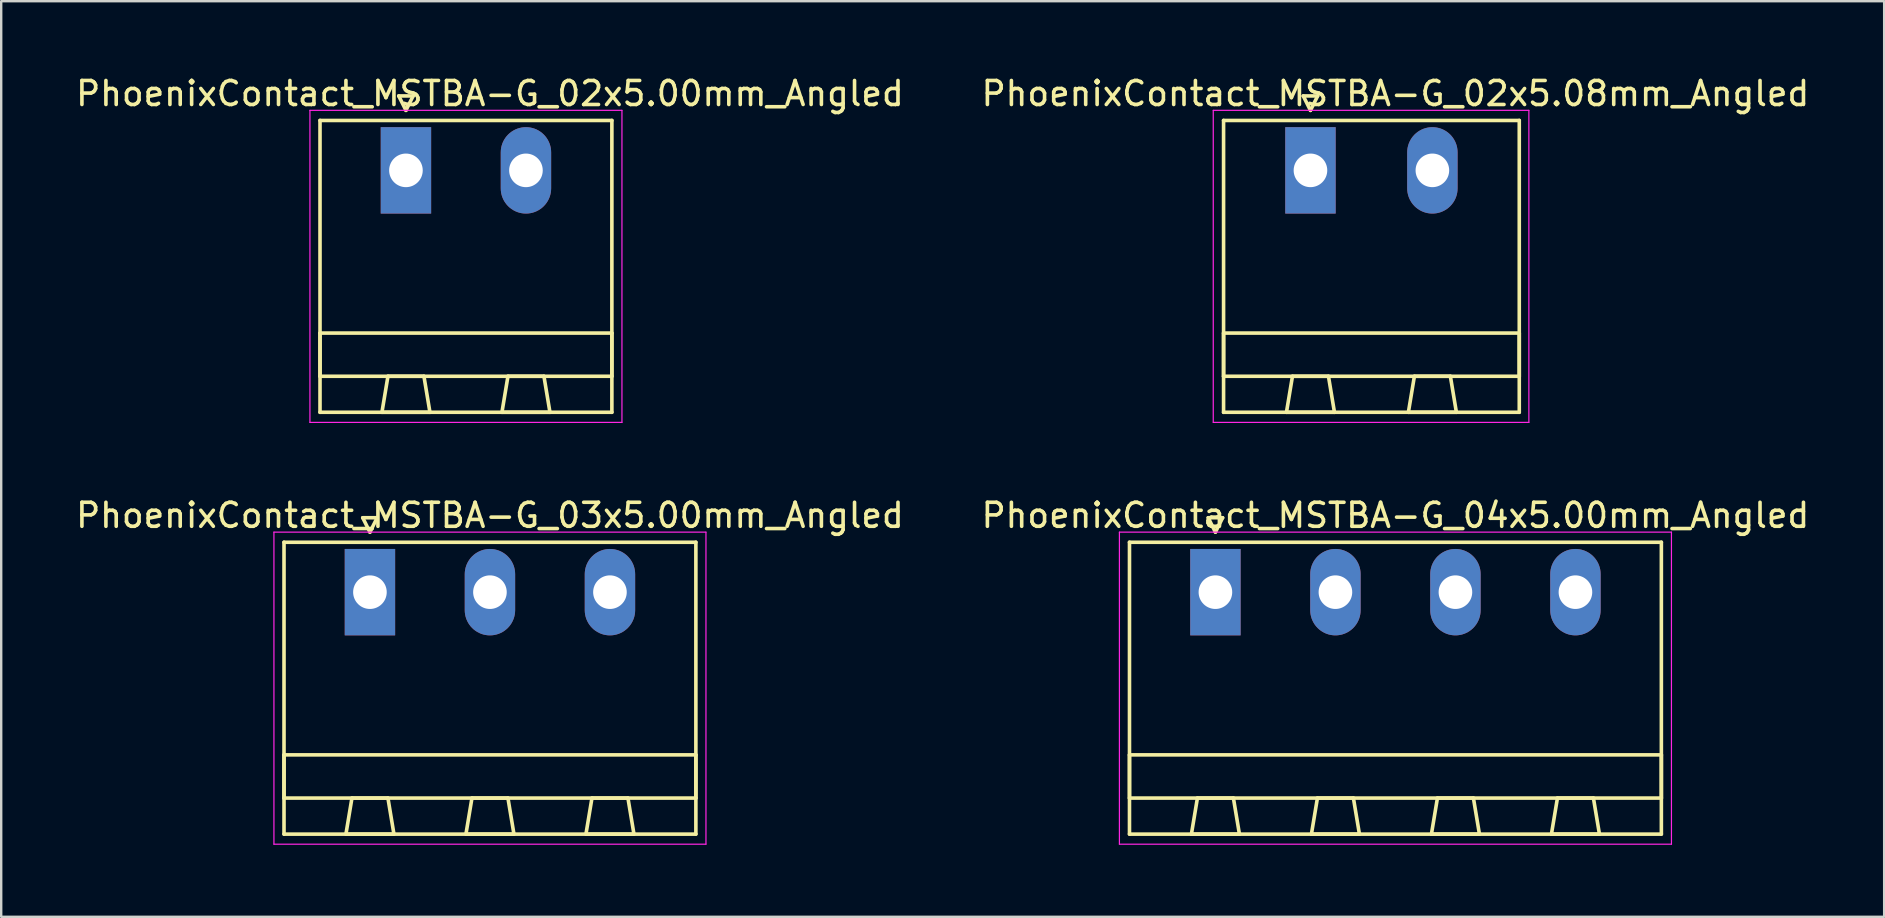
<source format=kicad_pcb>
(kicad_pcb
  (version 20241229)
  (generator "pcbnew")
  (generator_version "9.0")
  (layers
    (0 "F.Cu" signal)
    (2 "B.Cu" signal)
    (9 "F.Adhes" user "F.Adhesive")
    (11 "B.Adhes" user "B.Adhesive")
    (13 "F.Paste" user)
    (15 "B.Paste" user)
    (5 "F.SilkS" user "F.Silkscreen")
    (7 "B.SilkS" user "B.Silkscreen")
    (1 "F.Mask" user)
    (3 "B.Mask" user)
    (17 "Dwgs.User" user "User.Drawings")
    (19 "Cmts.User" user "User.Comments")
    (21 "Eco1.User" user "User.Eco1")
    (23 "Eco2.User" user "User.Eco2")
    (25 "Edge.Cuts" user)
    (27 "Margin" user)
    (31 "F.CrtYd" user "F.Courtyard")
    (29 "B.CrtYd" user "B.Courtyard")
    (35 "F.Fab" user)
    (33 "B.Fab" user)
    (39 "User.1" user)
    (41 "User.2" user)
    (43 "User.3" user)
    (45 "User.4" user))
  (footprint "PhoenixContact_MSTBA-G_04x5.00mm_Angled"
    (layer "F.Cu")
    (at 47.589 21.622)
    (property "Reference" "PhoenixContact_MSTBA-G_04x5.00mm_Angled" (at 7.5 -3.2 0) (layer "F.SilkS") (effects (font (size 1 1) (thickness 0.15))))
    (attr through_hole)
    (fp_line (start -3.58 -2.08) (end -3.58 10.08) (stroke (width 0.15) (type solid)) (layer "F.SilkS"))
    (fp_line (start -3.58 6.78) (end 18.58 6.78) (stroke (width 0.15) (type solid)) (layer "F.SilkS"))
    (fp_line (start -3.58 8.58) (end -3.58 6.78) (stroke (width 0.15) (type solid)) (layer "F.SilkS"))
    (fp_line (start -3.58 10.08) (end 18.58 10.08) (stroke (width 0.15) (type solid)) (layer "F.SilkS"))
    (fp_line (start -1 10.08) (end 1 10.08) (stroke (width 0.15) (type solid)) (layer "F.SilkS"))
    (fp_line (start -0.75 8.58) (end -1 10.08) (stroke (width 0.15) (type solid)) (layer "F.SilkS"))
    (fp_line (start -0.3 -3.1) (end 0 -2.5) (stroke (width 0.15) (type solid)) (layer "F.SilkS"))
    (fp_line (start 0 -2.5) (end 0.3 -3.1) (stroke (width 0.15) (type solid)) (layer "F.SilkS"))
    (fp_line (start 0.3 -3.1) (end -0.3 -3.1) (stroke (width 0.15) (type solid)) (layer "F.SilkS"))
    (fp_line (start 0.75 8.58) (end -0.75 8.58) (stroke (width 0.15) (type solid)) (layer "F.SilkS"))
    (fp_line (start 1 10.08) (end 0.75 8.58) (stroke (width 0.15) (type solid)) (layer "F.SilkS"))
    (fp_line (start 4 10.08) (end 6 10.08) (stroke (width 0.15) (type solid)) (layer "F.SilkS"))
    (fp_line (start 4.25 8.58) (end 4 10.08) (stroke (width 0.15) (type solid)) (layer "F.SilkS"))
    (fp_line (start 5.75 8.58) (end 4.25 8.58) (stroke (width 0.15) (type solid)) (layer "F.SilkS"))
    (fp_line (start 6 10.08) (end 5.75 8.58) (stroke (width 0.15) (type solid)) (layer "F.SilkS"))
    (fp_line (start 9 10.08) (end 11 10.08) (stroke (width 0.15) (type solid)) (layer "F.SilkS"))
    (fp_line (start 9.25 8.58) (end 9 10.08) (stroke (width 0.15) (type solid)) (layer "F.SilkS"))
    (fp_line (start 10.75 8.58) (end 9.25 8.58) (stroke (width 0.15) (type solid)) (layer "F.SilkS"))
    (fp_line (start 11 10.08) (end 10.75 8.58) (stroke (width 0.15) (type solid)) (layer "F.SilkS"))
    (fp_line (start 14 10.08) (end 16 10.08) (stroke (width 0.15) (type solid)) (layer "F.SilkS"))
    (fp_line (start 14.25 8.58) (end 14 10.08) (stroke (width 0.15) (type solid)) (layer "F.SilkS"))
    (fp_line (start 15.75 8.58) (end 14.25 8.58) (stroke (width 0.15) (type solid)) (layer "F.SilkS"))
    (fp_line (start 16 10.08) (end 15.75 8.58) (stroke (width 0.15) (type solid)) (layer "F.SilkS"))
    (fp_line (start 18.58 -2.08) (end -3.58 -2.08) (stroke (width 0.15) (type solid)) (layer "F.SilkS"))
    (fp_line (start 18.58 6.78) (end 18.58 8.58) (stroke (width 0.15) (type solid)) (layer "F.SilkS"))
    (fp_line (start 18.58 8.58) (end -3.58 8.58) (stroke (width 0.15) (type solid)) (layer "F.SilkS"))
    (fp_line (start 18.58 10.08) (end 18.58 -2.08) (stroke (width 0.15) (type solid)) (layer "F.SilkS"))
    (fp_line (start -4 -2.5) (end -4 10.5) (stroke (width 0.05) (type solid)) (layer "F.CrtYd"))
    (fp_line (start -4 10.5) (end 19 10.5) (stroke (width 0.05) (type solid)) (layer "F.CrtYd"))
    (fp_line (start 19 -2.5) (end -4 -2.5) (stroke (width 0.05) (type solid)) (layer "F.CrtYd"))
    (fp_line (start 19 10.5) (end 19 -2.5) (stroke (width 0.05) (type solid)) (layer "F.CrtYd"))
    (pad "1" thru_hole rect (at 0 0) (size 2.1 3.6) (drill 1.4) (layers "*.Cu" "*.Mask"))
    (pad "2" thru_hole oval (at 5 0) (size 2.1 3.6) (drill 1.4) (layers "*.Cu" "*.Mask"))
    (pad "3" thru_hole oval (at 10 0) (size 2.1 3.6) (drill 1.4) (layers "*.Cu" "*.Mask"))
    (pad "4" thru_hole oval (at 15 0) (size 2.1 3.6) (drill 1.4) (layers "*.Cu" "*.Mask")))
  (footprint "PhoenixContact_MSTBA-G_03x5.00mm_Angled"
    (layer "F.Cu")
    (at 12.363 21.622)
    (property "Reference" "PhoenixContact_MSTBA-G_03x5.00mm_Angled" (at 5 -3.2 0) (layer "F.SilkS") (effects (font (size 1 1) (thickness 0.15))))
    (attr through_hole)
    (fp_line (start -3.58 -2.08) (end -3.58 10.08) (stroke (width 0.15) (type solid)) (layer "F.SilkS"))
    (fp_line (start -3.58 6.78) (end 13.58 6.78) (stroke (width 0.15) (type solid)) (layer "F.SilkS"))
    (fp_line (start -3.58 8.58) (end -3.58 6.78) (stroke (width 0.15) (type solid)) (layer "F.SilkS"))
    (fp_line (start -3.58 10.08) (end 13.58 10.08) (stroke (width 0.15) (type solid)) (layer "F.SilkS"))
    (fp_line (start -1 10.08) (end 1 10.08) (stroke (width 0.15) (type solid)) (layer "F.SilkS"))
    (fp_line (start -0.75 8.58) (end -1 10.08) (stroke (width 0.15) (type solid)) (layer "F.SilkS"))
    (fp_line (start -0.3 -3.1) (end 0 -2.5) (stroke (width 0.15) (type solid)) (layer "F.SilkS"))
    (fp_line (start 0 -2.5) (end 0.3 -3.1) (stroke (width 0.15) (type solid)) (layer "F.SilkS"))
    (fp_line (start 0.3 -3.1) (end -0.3 -3.1) (stroke (width 0.15) (type solid)) (layer "F.SilkS"))
    (fp_line (start 0.75 8.58) (end -0.75 8.58) (stroke (width 0.15) (type solid)) (layer "F.SilkS"))
    (fp_line (start 1 10.08) (end 0.75 8.58) (stroke (width 0.15) (type solid)) (layer "F.SilkS"))
    (fp_line (start 4 10.08) (end 6 10.08) (stroke (width 0.15) (type solid)) (layer "F.SilkS"))
    (fp_line (start 4.25 8.58) (end 4 10.08) (stroke (width 0.15) (type solid)) (layer "F.SilkS"))
    (fp_line (start 5.75 8.58) (end 4.25 8.58) (stroke (width 0.15) (type solid)) (layer "F.SilkS"))
    (fp_line (start 6 10.08) (end 5.75 8.58) (stroke (width 0.15) (type solid)) (layer "F.SilkS"))
    (fp_line (start 9 10.08) (end 11 10.08) (stroke (width 0.15) (type solid)) (layer "F.SilkS"))
    (fp_line (start 9.25 8.58) (end 9 10.08) (stroke (width 0.15) (type solid)) (layer "F.SilkS"))
    (fp_line (start 10.75 8.58) (end 9.25 8.58) (stroke (width 0.15) (type solid)) (layer "F.SilkS"))
    (fp_line (start 11 10.08) (end 10.75 8.58) (stroke (width 0.15) (type solid)) (layer "F.SilkS"))
    (fp_line (start 13.58 -2.08) (end -3.58 -2.08) (stroke (width 0.15) (type solid)) (layer "F.SilkS"))
    (fp_line (start 13.58 6.78) (end 13.58 8.58) (stroke (width 0.15) (type solid)) (layer "F.SilkS"))
    (fp_line (start 13.58 8.58) (end -3.58 8.58) (stroke (width 0.15) (type solid)) (layer "F.SilkS"))
    (fp_line (start 13.58 10.08) (end 13.58 -2.08) (stroke (width 0.15) (type solid)) (layer "F.SilkS"))
    (fp_line (start -4 -2.5) (end -4 10.5) (stroke (width 0.05) (type solid)) (layer "F.CrtYd"))
    (fp_line (start -4 10.5) (end 14 10.5) (stroke (width 0.05) (type solid)) (layer "F.CrtYd"))
    (fp_line (start 14 -2.5) (end -4 -2.5) (stroke (width 0.05) (type solid)) (layer "F.CrtYd"))
    (fp_line (start 14 10.5) (end 14 -2.5) (stroke (width 0.05) (type solid)) (layer "F.CrtYd"))
    (pad "1" thru_hole rect (at 0 0) (size 2.1 3.6) (drill 1.4) (layers "*.Cu" "*.Mask"))
    (pad "2" thru_hole oval (at 5 0) (size 2.1 3.6) (drill 1.4) (layers "*.Cu" "*.Mask"))
    (pad "3" thru_hole oval (at 10 0) (size 2.1 3.6) (drill 1.4) (layers "*.Cu" "*.Mask")))
  (footprint "PhoenixContact_MSTBA-G_02x5.08mm_Angled"
    (layer "F.Cu")
    (at 51.549 4.048)
    (property "Reference" "PhoenixContact_MSTBA-G_02x5.08mm_Angled" (at 3.54 -3.2 0) (layer "F.SilkS") (effects (font (size 1 1) (thickness 0.15))))
    (attr through_hole)
    (fp_line (start -3.62 -2.08) (end -3.62 10.08) (stroke (width 0.15) (type solid)) (layer "F.SilkS"))
    (fp_line (start -3.62 6.78) (end 8.7 6.78) (stroke (width 0.15) (type solid)) (layer "F.SilkS"))
    (fp_line (start -3.62 8.58) (end -3.62 6.78) (stroke (width 0.15) (type solid)) (layer "F.SilkS"))
    (fp_line (start -3.62 10.08) (end 8.7 10.08) (stroke (width 0.15) (type solid)) (layer "F.SilkS"))
    (fp_line (start -1 10.08) (end 1 10.08) (stroke (width 0.15) (type solid)) (layer "F.SilkS"))
    (fp_line (start -0.75 8.58) (end -1 10.08) (stroke (width 0.15) (type solid)) (layer "F.SilkS"))
    (fp_line (start -0.3 -3.1) (end 0 -2.5) (stroke (width 0.15) (type solid)) (layer "F.SilkS"))
    (fp_line (start 0 -2.5) (end 0.3 -3.1) (stroke (width 0.15) (type solid)) (layer "F.SilkS"))
    (fp_line (start 0.3 -3.1) (end -0.3 -3.1) (stroke (width 0.15) (type solid)) (layer "F.SilkS"))
    (fp_line (start 0.75 8.58) (end -0.75 8.58) (stroke (width 0.15) (type solid)) (layer "F.SilkS"))
    (fp_line (start 1 10.08) (end 0.75 8.58) (stroke (width 0.15) (type solid)) (layer "F.SilkS"))
    (fp_line (start 4.08 10.08) (end 6.08 10.08) (stroke (width 0.15) (type solid)) (layer "F.SilkS"))
    (fp_line (start 4.33 8.58) (end 4.08 10.08) (stroke (width 0.15) (type solid)) (layer "F.SilkS"))
    (fp_line (start 5.83 8.58) (end 4.33 8.58) (stroke (width 0.15) (type solid)) (layer "F.SilkS"))
    (fp_line (start 6.08 10.08) (end 5.83 8.58) (stroke (width 0.15) (type solid)) (layer "F.SilkS"))
    (fp_line (start 8.7 -2.08) (end -3.62 -2.08) (stroke (width 0.15) (type solid)) (layer "F.SilkS"))
    (fp_line (start 8.7 6.78) (end 8.7 8.58) (stroke (width 0.15) (type solid)) (layer "F.SilkS"))
    (fp_line (start 8.7 8.58) (end -3.62 8.58) (stroke (width 0.15) (type solid)) (layer "F.SilkS"))
    (fp_line (start 8.7 10.08) (end 8.7 -2.08) (stroke (width 0.15) (type solid)) (layer "F.SilkS"))
    (fp_line (start -4.05 -2.5) (end -4.05 10.5) (stroke (width 0.05) (type solid)) (layer "F.CrtYd"))
    (fp_line (start -4.05 10.5) (end 9.1 10.5) (stroke (width 0.05) (type solid)) (layer "F.CrtYd"))
    (fp_line (start 9.1 -2.5) (end -4.05 -2.5) (stroke (width 0.05) (type solid)) (layer "F.CrtYd"))
    (fp_line (start 9.1 10.5) (end 9.1 -2.5) (stroke (width 0.05) (type solid)) (layer "F.CrtYd"))
    (pad "1" thru_hole rect (at 0 0) (size 2.1 3.6) (drill 1.4) (layers "*.Cu" "*.Mask"))
    (pad "2" thru_hole oval (at 5.08 0) (size 2.1 3.6) (drill 1.4) (layers "*.Cu" "*.Mask")))
  (footprint "PhoenixContact_MSTBA-G_02x5.00mm_Angled"
    (layer "F.Cu")
    (at 13.863 4.048)
    (property "Reference" "PhoenixContact_MSTBA-G_02x5.00mm_Angled" (at 3.5 -3.2 0) (layer "F.SilkS") (effects (font (size 1 1) (thickness 0.15))))
    (attr through_hole)
    (fp_line (start -3.58 -2.08) (end -3.58 10.08) (stroke (width 0.15) (type solid)) (layer "F.SilkS"))
    (fp_line (start -3.58 6.78) (end 8.58 6.78) (stroke (width 0.15) (type solid)) (layer "F.SilkS"))
    (fp_line (start -3.58 8.58) (end -3.58 6.78) (stroke (width 0.15) (type solid)) (layer "F.SilkS"))
    (fp_line (start -3.58 10.08) (end 8.58 10.08) (stroke (width 0.15) (type solid)) (layer "F.SilkS"))
    (fp_line (start -1 10.08) (end 1 10.08) (stroke (width 0.15) (type solid)) (layer "F.SilkS"))
    (fp_line (start -0.75 8.58) (end -1 10.08) (stroke (width 0.15) (type solid)) (layer "F.SilkS"))
    (fp_line (start -0.3 -3.1) (end 0 -2.5) (stroke (width 0.15) (type solid)) (layer "F.SilkS"))
    (fp_line (start 0 -2.5) (end 0.3 -3.1) (stroke (width 0.15) (type solid)) (layer "F.SilkS"))
    (fp_line (start 0.3 -3.1) (end -0.3 -3.1) (stroke (width 0.15) (type solid)) (layer "F.SilkS"))
    (fp_line (start 0.75 8.58) (end -0.75 8.58) (stroke (width 0.15) (type solid)) (layer "F.SilkS"))
    (fp_line (start 1 10.08) (end 0.75 8.58) (stroke (width 0.15) (type solid)) (layer "F.SilkS"))
    (fp_line (start 4 10.08) (end 6 10.08) (stroke (width 0.15) (type solid)) (layer "F.SilkS"))
    (fp_line (start 4.25 8.58) (end 4 10.08) (stroke (width 0.15) (type solid)) (layer "F.SilkS"))
    (fp_line (start 5.75 8.58) (end 4.25 8.58) (stroke (width 0.15) (type solid)) (layer "F.SilkS"))
    (fp_line (start 6 10.08) (end 5.75 8.58) (stroke (width 0.15) (type solid)) (layer "F.SilkS"))
    (fp_line (start 8.58 -2.08) (end -3.58 -2.08) (stroke (width 0.15) (type solid)) (layer "F.SilkS"))
    (fp_line (start 8.58 6.78) (end 8.58 8.58) (stroke (width 0.15) (type solid)) (layer "F.SilkS"))
    (fp_line (start 8.58 8.58) (end -3.58 8.58) (stroke (width 0.15) (type solid)) (layer "F.SilkS"))
    (fp_line (start 8.58 10.08) (end 8.58 -2.08) (stroke (width 0.15) (type solid)) (layer "F.SilkS"))
    (fp_line (start -4 -2.5) (end -4 10.5) (stroke (width 0.05) (type solid)) (layer "F.CrtYd"))
    (fp_line (start -4 10.5) (end 9 10.5) (stroke (width 0.05) (type solid)) (layer "F.CrtYd"))
    (fp_line (start 9 -2.5) (end -4 -2.5) (stroke (width 0.05) (type solid)) (layer "F.CrtYd"))
    (fp_line (start 9 10.5) (end 9 -2.5) (stroke (width 0.05) (type solid)) (layer "F.CrtYd"))
    (pad "1" thru_hole rect (at 0 0) (size 2.1 3.6) (drill 1.4) (layers "*.Cu" "*.Mask"))
    (pad "2" thru_hole oval (at 5 0) (size 2.1 3.6) (drill 1.4) (layers "*.Cu" "*.Mask")))
  (gr_rect
    (start -3 -3)
    (end 75.452 35.147)
    (stroke (width 0.1) (type default))
    (fill no)
    (layer "Edge.Cuts")))
</source>
